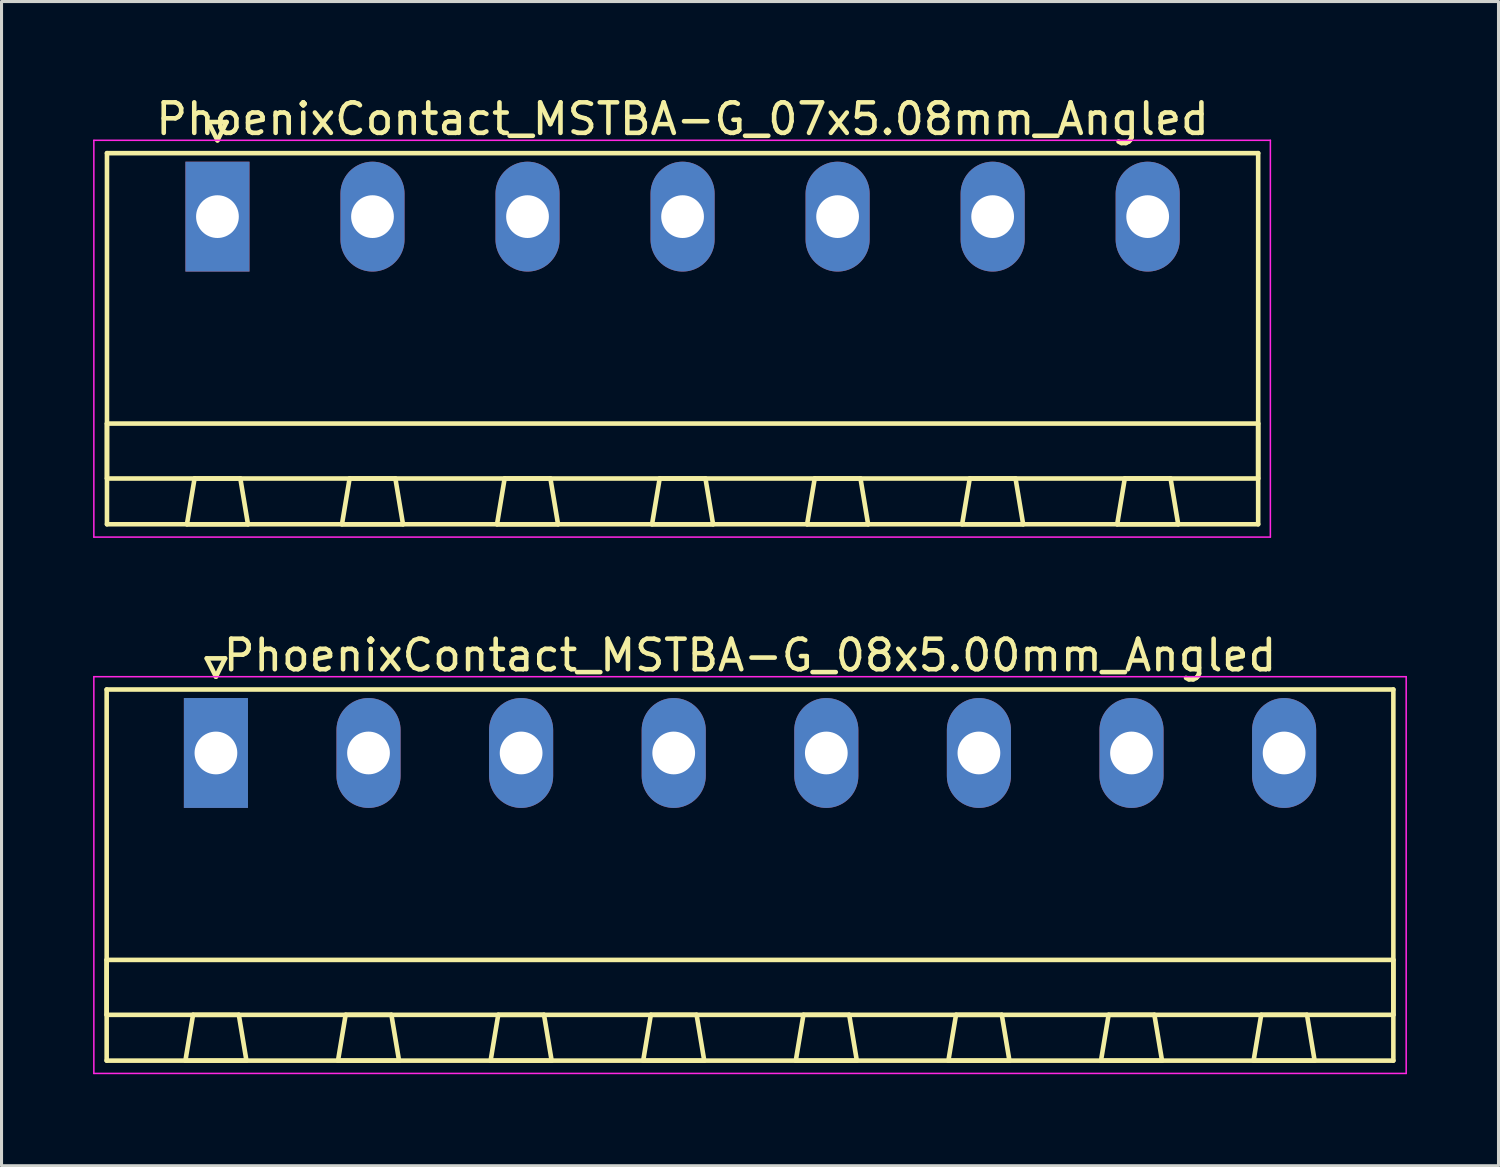
<source format=kicad_pcb>
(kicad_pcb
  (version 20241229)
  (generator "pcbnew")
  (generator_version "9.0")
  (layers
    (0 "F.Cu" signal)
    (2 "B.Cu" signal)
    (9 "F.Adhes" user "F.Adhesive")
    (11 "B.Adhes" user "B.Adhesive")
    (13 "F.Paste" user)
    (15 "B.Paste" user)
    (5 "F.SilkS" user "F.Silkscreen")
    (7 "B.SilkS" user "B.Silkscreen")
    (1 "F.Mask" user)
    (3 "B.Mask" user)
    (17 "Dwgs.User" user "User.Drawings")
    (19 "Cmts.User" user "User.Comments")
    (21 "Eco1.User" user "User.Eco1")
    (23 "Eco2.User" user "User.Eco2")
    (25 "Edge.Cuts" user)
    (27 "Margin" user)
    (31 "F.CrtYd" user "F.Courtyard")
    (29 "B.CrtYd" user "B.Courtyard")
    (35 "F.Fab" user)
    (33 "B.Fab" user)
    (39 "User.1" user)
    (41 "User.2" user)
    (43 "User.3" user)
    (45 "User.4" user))
  (footprint "PhoenixContact_MSTBA-G_08x5.00mm_Angled"
    (layer "F.Cu")
    (at 4.025 21.622)
    (property "Reference" "PhoenixContact_MSTBA-G_08x5.00mm_Angled" (at 17.5 -3.2 0) (layer "F.SilkS") (effects (font (size 1 1) (thickness 0.15))))
    (attr through_hole)
    (fp_line (start -3.58 -2.08) (end -3.58 10.08) (stroke (width 0.15) (type solid)) (layer "F.SilkS"))
    (fp_line (start -3.58 6.78) (end 38.58 6.78) (stroke (width 0.15) (type solid)) (layer "F.SilkS"))
    (fp_line (start -3.58 8.58) (end -3.58 6.78) (stroke (width 0.15) (type solid)) (layer "F.SilkS"))
    (fp_line (start -3.58 10.08) (end 38.58 10.08) (stroke (width 0.15) (type solid)) (layer "F.SilkS"))
    (fp_line (start -1 10.08) (end 1 10.08) (stroke (width 0.15) (type solid)) (layer "F.SilkS"))
    (fp_line (start -0.75 8.58) (end -1 10.08) (stroke (width 0.15) (type solid)) (layer "F.SilkS"))
    (fp_line (start -0.3 -3.1) (end 0 -2.5) (stroke (width 0.15) (type solid)) (layer "F.SilkS"))
    (fp_line (start 0 -2.5) (end 0.3 -3.1) (stroke (width 0.15) (type solid)) (layer "F.SilkS"))
    (fp_line (start 0.3 -3.1) (end -0.3 -3.1) (stroke (width 0.15) (type solid)) (layer "F.SilkS"))
    (fp_line (start 0.75 8.58) (end -0.75 8.58) (stroke (width 0.15) (type solid)) (layer "F.SilkS"))
    (fp_line (start 1 10.08) (end 0.75 8.58) (stroke (width 0.15) (type solid)) (layer "F.SilkS"))
    (fp_line (start 4 10.08) (end 6 10.08) (stroke (width 0.15) (type solid)) (layer "F.SilkS"))
    (fp_line (start 4.25 8.58) (end 4 10.08) (stroke (width 0.15) (type solid)) (layer "F.SilkS"))
    (fp_line (start 5.75 8.58) (end 4.25 8.58) (stroke (width 0.15) (type solid)) (layer "F.SilkS"))
    (fp_line (start 6 10.08) (end 5.75 8.58) (stroke (width 0.15) (type solid)) (layer "F.SilkS"))
    (fp_line (start 9 10.08) (end 11 10.08) (stroke (width 0.15) (type solid)) (layer "F.SilkS"))
    (fp_line (start 9.25 8.58) (end 9 10.08) (stroke (width 0.15) (type solid)) (layer "F.SilkS"))
    (fp_line (start 10.75 8.58) (end 9.25 8.58) (stroke (width 0.15) (type solid)) (layer "F.SilkS"))
    (fp_line (start 11 10.08) (end 10.75 8.58) (stroke (width 0.15) (type solid)) (layer "F.SilkS"))
    (fp_line (start 14 10.08) (end 16 10.08) (stroke (width 0.15) (type solid)) (layer "F.SilkS"))
    (fp_line (start 14.25 8.58) (end 14 10.08) (stroke (width 0.15) (type solid)) (layer "F.SilkS"))
    (fp_line (start 15.75 8.58) (end 14.25 8.58) (stroke (width 0.15) (type solid)) (layer "F.SilkS"))
    (fp_line (start 16 10.08) (end 15.75 8.58) (stroke (width 0.15) (type solid)) (layer "F.SilkS"))
    (fp_line (start 19 10.08) (end 21 10.08) (stroke (width 0.15) (type solid)) (layer "F.SilkS"))
    (fp_line (start 19.25 8.58) (end 19 10.08) (stroke (width 0.15) (type solid)) (layer "F.SilkS"))
    (fp_line (start 20.75 8.58) (end 19.25 8.58) (stroke (width 0.15) (type solid)) (layer "F.SilkS"))
    (fp_line (start 21 10.08) (end 20.75 8.58) (stroke (width 0.15) (type solid)) (layer "F.SilkS"))
    (fp_line (start 24 10.08) (end 26 10.08) (stroke (width 0.15) (type solid)) (layer "F.SilkS"))
    (fp_line (start 24.25 8.58) (end 24 10.08) (stroke (width 0.15) (type solid)) (layer "F.SilkS"))
    (fp_line (start 25.75 8.58) (end 24.25 8.58) (stroke (width 0.15) (type solid)) (layer "F.SilkS"))
    (fp_line (start 26 10.08) (end 25.75 8.58) (stroke (width 0.15) (type solid)) (layer "F.SilkS"))
    (fp_line (start 29 10.08) (end 31 10.08) (stroke (width 0.15) (type solid)) (layer "F.SilkS"))
    (fp_line (start 29.25 8.58) (end 29 10.08) (stroke (width 0.15) (type solid)) (layer "F.SilkS"))
    (fp_line (start 30.75 8.58) (end 29.25 8.58) (stroke (width 0.15) (type solid)) (layer "F.SilkS"))
    (fp_line (start 31 10.08) (end 30.75 8.58) (stroke (width 0.15) (type solid)) (layer "F.SilkS"))
    (fp_line (start 34 10.08) (end 36 10.08) (stroke (width 0.15) (type solid)) (layer "F.SilkS"))
    (fp_line (start 34.25 8.58) (end 34 10.08) (stroke (width 0.15) (type solid)) (layer "F.SilkS"))
    (fp_line (start 35.75 8.58) (end 34.25 8.58) (stroke (width 0.15) (type solid)) (layer "F.SilkS"))
    (fp_line (start 36 10.08) (end 35.75 8.58) (stroke (width 0.15) (type solid)) (layer "F.SilkS"))
    (fp_line (start 38.58 -2.08) (end -3.58 -2.08) (stroke (width 0.15) (type solid)) (layer "F.SilkS"))
    (fp_line (start 38.58 6.78) (end 38.58 8.58) (stroke (width 0.15) (type solid)) (layer "F.SilkS"))
    (fp_line (start 38.58 8.58) (end -3.58 8.58) (stroke (width 0.15) (type solid)) (layer "F.SilkS"))
    (fp_line (start 38.58 10.08) (end 38.58 -2.08) (stroke (width 0.15) (type solid)) (layer "F.SilkS"))
    (fp_line (start -4 -2.5) (end -4 10.5) (stroke (width 0.05) (type solid)) (layer "F.CrtYd"))
    (fp_line (start -4 10.5) (end 39 10.5) (stroke (width 0.05) (type solid)) (layer "F.CrtYd"))
    (fp_line (start 39 -2.5) (end -4 -2.5) (stroke (width 0.05) (type solid)) (layer "F.CrtYd"))
    (fp_line (start 39 10.5) (end 39 -2.5) (stroke (width 0.05) (type solid)) (layer "F.CrtYd"))
    (pad "1" thru_hole rect (at 0 0) (size 2.1 3.6) (drill 1.4) (layers "*.Cu" "*.Mask"))
    (pad "2" thru_hole oval (at 5 0) (size 2.1 3.6) (drill 1.4) (layers "*.Cu" "*.Mask"))
    (pad "3" thru_hole oval (at 10 0) (size 2.1 3.6) (drill 1.4) (layers "*.Cu" "*.Mask"))
    (pad "4" thru_hole oval (at 15 0) (size 2.1 3.6) (drill 1.4) (layers "*.Cu" "*.Mask"))
    (pad "5" thru_hole oval (at 20 0) (size 2.1 3.6) (drill 1.4) (layers "*.Cu" "*.Mask"))
    (pad "6" thru_hole oval (at 25 0) (size 2.1 3.6) (drill 1.4) (layers "*.Cu" "*.Mask"))
    (pad "7" thru_hole oval (at 30 0) (size 2.1 3.6) (drill 1.4) (layers "*.Cu" "*.Mask"))
    (pad "8" thru_hole oval (at 35 0) (size 2.1 3.6) (drill 1.4) (layers "*.Cu" "*.Mask")))
  (footprint "PhoenixContact_MSTBA-G_07x5.08mm_Angled"
    (layer "F.Cu")
    (at 4.075 4.048)
    (property "Reference" "PhoenixContact_MSTBA-G_07x5.08mm_Angled" (at 15.24 -3.2 0) (layer "F.SilkS") (effects (font (size 1 1) (thickness 0.15))))
    (attr through_hole)
    (fp_line (start -3.62 -2.08) (end -3.62 10.08) (stroke (width 0.15) (type solid)) (layer "F.SilkS"))
    (fp_line (start -3.62 6.78) (end 34.1 6.78) (stroke (width 0.15) (type solid)) (layer "F.SilkS"))
    (fp_line (start -3.62 8.58) (end -3.62 6.78) (stroke (width 0.15) (type solid)) (layer "F.SilkS"))
    (fp_line (start -3.62 10.08) (end 34.1 10.08) (stroke (width 0.15) (type solid)) (layer "F.SilkS"))
    (fp_line (start -1 10.08) (end 1 10.08) (stroke (width 0.15) (type solid)) (layer "F.SilkS"))
    (fp_line (start -0.75 8.58) (end -1 10.08) (stroke (width 0.15) (type solid)) (layer "F.SilkS"))
    (fp_line (start -0.3 -3.1) (end 0 -2.5) (stroke (width 0.15) (type solid)) (layer "F.SilkS"))
    (fp_line (start 0 -2.5) (end 0.3 -3.1) (stroke (width 0.15) (type solid)) (layer "F.SilkS"))
    (fp_line (start 0.3 -3.1) (end -0.3 -3.1) (stroke (width 0.15) (type solid)) (layer "F.SilkS"))
    (fp_line (start 0.75 8.58) (end -0.75 8.58) (stroke (width 0.15) (type solid)) (layer "F.SilkS"))
    (fp_line (start 1 10.08) (end 0.75 8.58) (stroke (width 0.15) (type solid)) (layer "F.SilkS"))
    (fp_line (start 4.08 10.08) (end 6.08 10.08) (stroke (width 0.15) (type solid)) (layer "F.SilkS"))
    (fp_line (start 4.33 8.58) (end 4.08 10.08) (stroke (width 0.15) (type solid)) (layer "F.SilkS"))
    (fp_line (start 5.83 8.58) (end 4.33 8.58) (stroke (width 0.15) (type solid)) (layer "F.SilkS"))
    (fp_line (start 6.08 10.08) (end 5.83 8.58) (stroke (width 0.15) (type solid)) (layer "F.SilkS"))
    (fp_line (start 9.16 10.08) (end 11.16 10.08) (stroke (width 0.15) (type solid)) (layer "F.SilkS"))
    (fp_line (start 9.41 8.58) (end 9.16 10.08) (stroke (width 0.15) (type solid)) (layer "F.SilkS"))
    (fp_line (start 10.91 8.58) (end 9.41 8.58) (stroke (width 0.15) (type solid)) (layer "F.SilkS"))
    (fp_line (start 11.16 10.08) (end 10.91 8.58) (stroke (width 0.15) (type solid)) (layer "F.SilkS"))
    (fp_line (start 14.24 10.08) (end 16.24 10.08) (stroke (width 0.15) (type solid)) (layer "F.SilkS"))
    (fp_line (start 14.49 8.58) (end 14.24 10.08) (stroke (width 0.15) (type solid)) (layer "F.SilkS"))
    (fp_line (start 15.99 8.58) (end 14.49 8.58) (stroke (width 0.15) (type solid)) (layer "F.SilkS"))
    (fp_line (start 16.24 10.08) (end 15.99 8.58) (stroke (width 0.15) (type solid)) (layer "F.SilkS"))
    (fp_line (start 19.32 10.08) (end 21.32 10.08) (stroke (width 0.15) (type solid)) (layer "F.SilkS"))
    (fp_line (start 19.57 8.58) (end 19.32 10.08) (stroke (width 0.15) (type solid)) (layer "F.SilkS"))
    (fp_line (start 21.07 8.58) (end 19.57 8.58) (stroke (width 0.15) (type solid)) (layer "F.SilkS"))
    (fp_line (start 21.32 10.08) (end 21.07 8.58) (stroke (width 0.15) (type solid)) (layer "F.SilkS"))
    (fp_line (start 24.4 10.08) (end 26.4 10.08) (stroke (width 0.15) (type solid)) (layer "F.SilkS"))
    (fp_line (start 24.65 8.58) (end 24.4 10.08) (stroke (width 0.15) (type solid)) (layer "F.SilkS"))
    (fp_line (start 26.15 8.58) (end 24.65 8.58) (stroke (width 0.15) (type solid)) (layer "F.SilkS"))
    (fp_line (start 26.4 10.08) (end 26.15 8.58) (stroke (width 0.15) (type solid)) (layer "F.SilkS"))
    (fp_line (start 29.48 10.08) (end 31.48 10.08) (stroke (width 0.15) (type solid)) (layer "F.SilkS"))
    (fp_line (start 29.73 8.58) (end 29.48 10.08) (stroke (width 0.15) (type solid)) (layer "F.SilkS"))
    (fp_line (start 31.23 8.58) (end 29.73 8.58) (stroke (width 0.15) (type solid)) (layer "F.SilkS"))
    (fp_line (start 31.48 10.08) (end 31.23 8.58) (stroke (width 0.15) (type solid)) (layer "F.SilkS"))
    (fp_line (start 34.1 -2.08) (end -3.62 -2.08) (stroke (width 0.15) (type solid)) (layer "F.SilkS"))
    (fp_line (start 34.1 6.78) (end 34.1 8.58) (stroke (width 0.15) (type solid)) (layer "F.SilkS"))
    (fp_line (start 34.1 8.58) (end -3.62 8.58) (stroke (width 0.15) (type solid)) (layer "F.SilkS"))
    (fp_line (start 34.1 10.08) (end 34.1 -2.08) (stroke (width 0.15) (type solid)) (layer "F.SilkS"))
    (fp_line (start -4.05 -2.5) (end -4.05 10.5) (stroke (width 0.05) (type solid)) (layer "F.CrtYd"))
    (fp_line (start -4.05 10.5) (end 34.5 10.5) (stroke (width 0.05) (type solid)) (layer "F.CrtYd"))
    (fp_line (start 34.5 -2.5) (end -4.05 -2.5) (stroke (width 0.05) (type solid)) (layer "F.CrtYd"))
    (fp_line (start 34.5 10.5) (end 34.5 -2.5) (stroke (width 0.05) (type solid)) (layer "F.CrtYd"))
    (pad "1" thru_hole rect (at 0 0) (size 2.1 3.6) (drill 1.4) (layers "*.Cu" "*.Mask"))
    (pad "2" thru_hole oval (at 5.08 0) (size 2.1 3.6) (drill 1.4) (layers "*.Cu" "*.Mask"))
    (pad "3" thru_hole oval (at 10.16 0) (size 2.1 3.6) (drill 1.4) (layers "*.Cu" "*.Mask"))
    (pad "4" thru_hole oval (at 15.24 0) (size 2.1 3.6) (drill 1.4) (layers "*.Cu" "*.Mask"))
    (pad "5" thru_hole oval (at 20.32 0) (size 2.1 3.6) (drill 1.4) (layers "*.Cu" "*.Mask"))
    (pad "6" thru_hole oval (at 25.4 0) (size 2.1 3.6) (drill 1.4) (layers "*.Cu" "*.Mask"))
    (pad "7" thru_hole oval (at 30.48 0) (size 2.1 3.6) (drill 1.4) (layers "*.Cu" "*.Mask")))
  (gr_rect
    (start -3 -3)
    (end 46.05 35.147)
    (stroke (width 0.1) (type default))
    (fill no)
    (layer "Edge.Cuts")))
</source>
